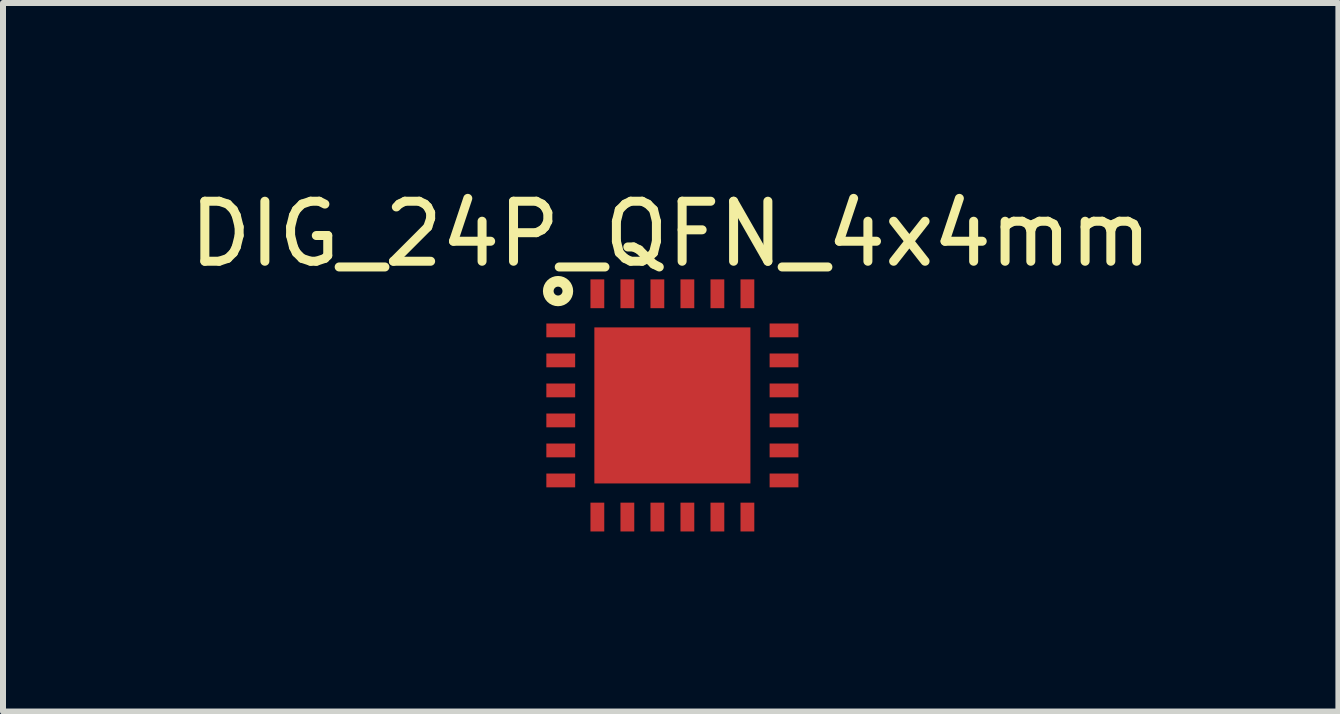
<source format=kicad_pcb>
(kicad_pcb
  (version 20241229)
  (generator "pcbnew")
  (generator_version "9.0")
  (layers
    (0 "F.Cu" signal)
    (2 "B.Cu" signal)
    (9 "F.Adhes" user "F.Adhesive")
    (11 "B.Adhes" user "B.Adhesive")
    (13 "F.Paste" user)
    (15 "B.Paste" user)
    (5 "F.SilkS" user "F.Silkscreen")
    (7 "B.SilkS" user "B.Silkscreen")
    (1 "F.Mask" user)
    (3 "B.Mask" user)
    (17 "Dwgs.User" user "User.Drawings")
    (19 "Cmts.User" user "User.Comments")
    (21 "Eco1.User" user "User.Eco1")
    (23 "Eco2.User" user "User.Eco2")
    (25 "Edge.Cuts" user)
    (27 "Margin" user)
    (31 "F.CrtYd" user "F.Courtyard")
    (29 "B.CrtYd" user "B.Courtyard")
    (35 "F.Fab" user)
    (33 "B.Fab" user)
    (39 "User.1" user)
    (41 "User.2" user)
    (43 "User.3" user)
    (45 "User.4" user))
  (footprint "DIG_24P_QFN_4x4mm"
    (layer "F.Cu")
    (at 8.153 3.705)
    (property "Reference" "DIG_24P_QFN_4x4mm" (at -0.028 -2.857 0) (layer "F.SilkS") (effects (font (size 1 1) (thickness 0.15))))
    (fp_circle (center -1.905 -1.905) (end -1.905 -2.068) (stroke (width 0.178) (type solid)) (fill no) (layer "F.SilkS"))
    (pad "0" smd rect (at 0 0 270) (size 2.6 2.6) (layers "F.Cu" "F.Mask" "F.Paste"))
    (pad "1" smd rect (at -1.86 -1.25) (size 0.48 0.23) (layers "F.Cu" "F.Mask" "F.Paste"))
    (pad "2" smd rect (at -1.86 -0.75) (size 0.48 0.23) (layers "F.Cu" "F.Mask" "F.Paste"))
    (pad "3" smd rect (at -1.86 -0.25) (size 0.48 0.23) (layers "F.Cu" "F.Mask" "F.Paste"))
    (pad "4" smd rect (at -1.86 0.25) (size 0.48 0.23) (layers "F.Cu" "F.Mask" "F.Paste"))
    (pad "5" smd rect (at -1.86 0.75) (size 0.48 0.23) (layers "F.Cu" "F.Mask" "F.Paste"))
    (pad "6" smd rect (at -1.86 1.25) (size 0.48 0.23) (layers "F.Cu" "F.Mask" "F.Paste"))
    (pad "7" smd rect (at -1.25 1.86 90) (size 0.48 0.23) (layers "F.Cu" "F.Mask" "F.Paste"))
    (pad "8" smd rect (at -0.75 1.86 90) (size 0.48 0.23) (layers "F.Cu" "F.Mask" "F.Paste"))
    (pad "9" smd rect (at -0.25 1.86 90) (size 0.48 0.23) (layers "F.Cu" "F.Mask" "F.Paste"))
    (pad "10" smd rect (at 0.25 1.86 90) (size 0.48 0.23) (layers "F.Cu" "F.Mask" "F.Paste"))
    (pad "11" smd rect (at 0.75 1.86 90) (size 0.48 0.23) (layers "F.Cu" "F.Mask" "F.Paste"))
    (pad "12" smd rect (at 1.25 1.86 90) (size 0.48 0.23) (layers "F.Cu" "F.Mask" "F.Paste"))
    (pad "13" smd rect (at 1.86 1.25 180) (size 0.48 0.23) (layers "F.Cu" "F.Mask" "F.Paste"))
    (pad "14" smd rect (at 1.86 0.75 180) (size 0.48 0.23) (layers "F.Cu" "F.Mask" "F.Paste"))
    (pad "15" smd rect (at 1.86 0.25 180) (size 0.48 0.23) (layers "F.Cu" "F.Mask" "F.Paste"))
    (pad "16" smd rect (at 1.86 -0.25 180) (size 0.48 0.23) (layers "F.Cu" "F.Mask" "F.Paste"))
    (pad "17" smd rect (at 1.86 -0.75 180) (size 0.48 0.23) (layers "F.Cu" "F.Mask" "F.Paste"))
    (pad "18" smd rect (at 1.86 -1.25 180) (size 0.48 0.23) (layers "F.Cu" "F.Mask" "F.Paste"))
    (pad "19" smd rect (at 1.25 -1.86 270) (size 0.48 0.23) (layers "F.Cu" "F.Mask" "F.Paste"))
    (pad "20" smd rect (at 0.75 -1.86 270) (size 0.48 0.23) (layers "F.Cu" "F.Mask" "F.Paste"))
    (pad "21" smd rect (at 0.25 -1.86 270) (size 0.48 0.23) (layers "F.Cu" "F.Mask" "F.Paste"))
    (pad "22" smd rect (at -0.25 -1.86 270) (size 0.48 0.23) (layers "F.Cu" "F.Mask" "F.Paste"))
    (pad "23" smd rect (at -0.75 -1.86 270) (size 0.48 0.23) (layers "F.Cu" "F.Mask" "F.Paste"))
    (pad "24" smd rect (at -1.25 -1.86 270) (size 0.48 0.23) (layers "F.Cu" "F.Mask" "F.Paste")))
  (gr_rect
    (start -3 -3)
    (end 19.25 8.805)
    (stroke (width 0.1) (type default))
    (fill no)
    (layer "Edge.Cuts")))
</source>
